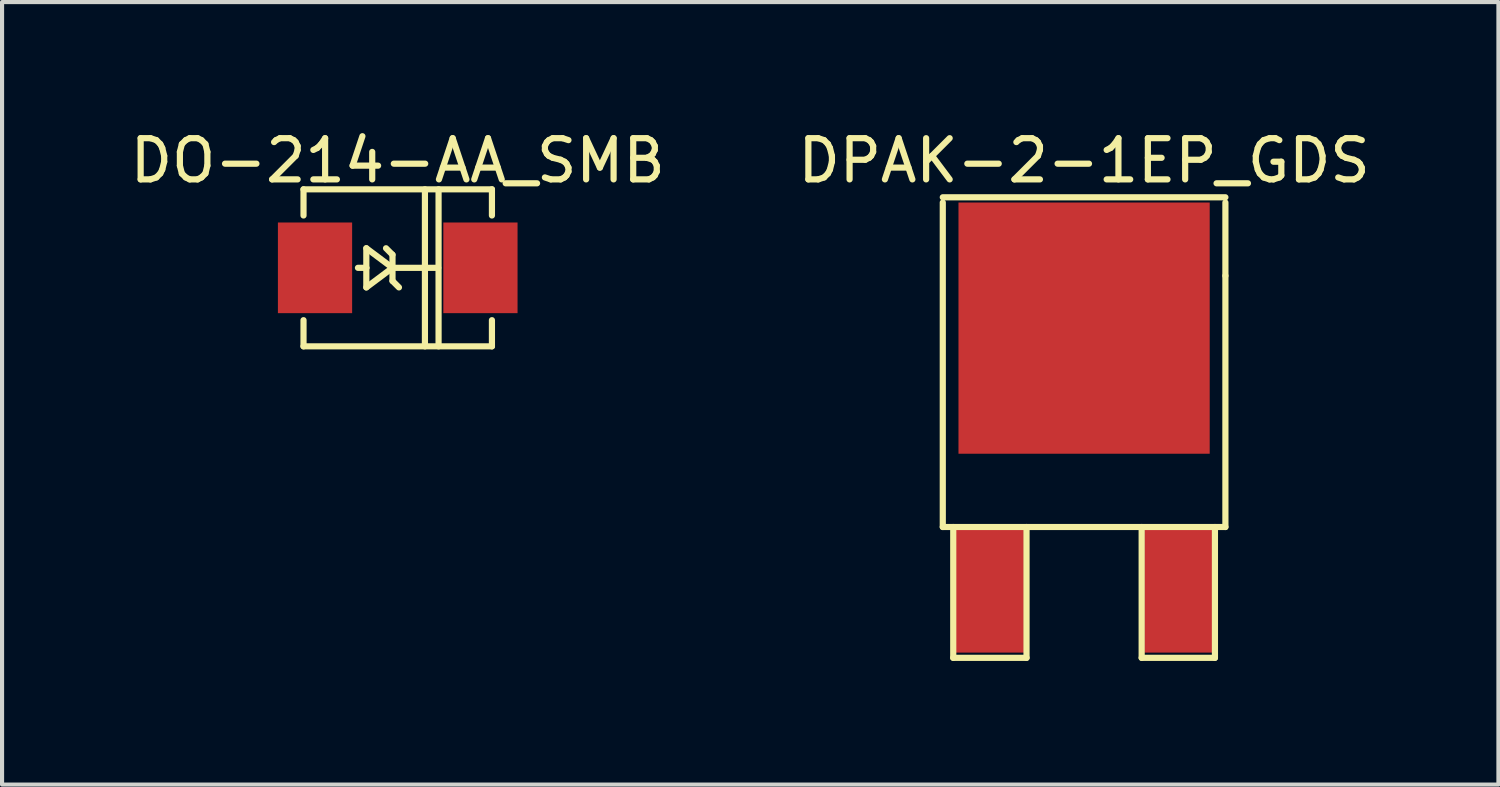
<source format=kicad_pcb>
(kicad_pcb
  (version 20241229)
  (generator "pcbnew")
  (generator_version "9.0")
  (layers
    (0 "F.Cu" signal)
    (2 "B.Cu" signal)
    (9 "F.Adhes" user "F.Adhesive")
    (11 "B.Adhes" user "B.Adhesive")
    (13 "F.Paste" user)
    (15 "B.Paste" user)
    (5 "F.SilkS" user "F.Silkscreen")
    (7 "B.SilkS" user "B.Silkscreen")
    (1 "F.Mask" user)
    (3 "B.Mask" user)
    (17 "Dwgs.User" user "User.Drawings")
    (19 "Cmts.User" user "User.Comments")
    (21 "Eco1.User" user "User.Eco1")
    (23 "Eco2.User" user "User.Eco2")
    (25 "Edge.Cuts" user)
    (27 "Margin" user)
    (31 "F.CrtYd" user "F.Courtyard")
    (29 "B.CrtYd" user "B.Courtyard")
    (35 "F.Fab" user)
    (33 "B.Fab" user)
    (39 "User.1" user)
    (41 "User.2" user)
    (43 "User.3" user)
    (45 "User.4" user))
  (footprint "DPAK-2-1EP_GDS"
    (layer "F.Cu")
    (at 23.256 11.262)
    (property "Reference" "DPAK-2-1EP_GDS" (at 0 -10.414 0) (layer "F.SilkS") (effects (font (size 1 1) (thickness 0.15))))
    (attr smd)
    (fp_line (start -3.429 -9.525) (end 3.429 -9.525) (stroke (width 0.15) (type solid)) (layer "F.SilkS"))
    (fp_line (start -3.429 -1.524) (end -3.429 -9.398) (stroke (width 0.15) (type solid)) (layer "F.SilkS"))
    (fp_line (start -3.175 -1.524) (end -3.175 1.651) (stroke (width 0.15) (type solid)) (layer "F.SilkS"))
    (fp_line (start -3.175 1.651) (end -1.397 1.651) (stroke (width 0.15) (type solid)) (layer "F.SilkS"))
    (fp_line (start -1.397 1.651) (end -1.397 -1.524) (stroke (width 0.15) (type solid)) (layer "F.SilkS"))
    (fp_line (start 1.397 -1.524) (end 1.397 1.651) (stroke (width 0.15) (type solid)) (layer "F.SilkS"))
    (fp_line (start 1.397 1.651) (end 3.175 1.651) (stroke (width 0.15) (type solid)) (layer "F.SilkS"))
    (fp_line (start 3.175 1.651) (end 3.175 -1.524) (stroke (width 0.15) (type solid)) (layer "F.SilkS"))
    (fp_line (start 3.429 -9.398) (end 3.429 -7.62) (stroke (width 0.15) (type solid)) (layer "F.SilkS"))
    (fp_line (start 3.429 -7.62) (end 3.429 -1.524) (stroke (width 0.15) (type solid)) (layer "F.SilkS"))
    (fp_line (start 3.429 -1.524) (end -3.429 -1.524) (stroke (width 0.15) (type solid)) (layer "F.SilkS"))
    (pad "D" smd rect (at 0 -6.35) (size 6.096 6.096) (layers "F.Cu" "F.Mask" "F.Paste"))
    (pad "G" smd rect (at -2.286 0) (size 1.651 3.048) (layers "F.Cu" "F.Mask" "F.Paste"))
    (pad "S" smd rect (at 2.286 0) (size 1.651 3.048) (layers "F.Cu" "F.Mask" "F.Paste")))
  (footprint "DO-214-AA_SMB"
    (layer "F.Cu")
    (at 6.601 3.449)
    (property "Reference" "DO-214-AA_SMB" (at 0 -2.601 0) (layer "F.SilkS") (effects (font (size 1 1) (thickness 0.15))))
    (attr smd)
    (fp_line (start -2.286 -1.905) (end 2.286 -1.905) (stroke (width 0.15) (type solid)) (layer "F.SilkS"))
    (fp_line (start -2.286 -1.27) (end -2.286 -1.905) (stroke (width 0.15) (type solid)) (layer "F.SilkS"))
    (fp_line (start -2.286 1.27) (end -2.286 1.905) (stroke (width 0.15) (type solid)) (layer "F.SilkS"))
    (fp_line (start -2.286 1.905) (end 2.286 1.905) (stroke (width 0.15) (type solid)) (layer "F.SilkS"))
    (fp_line (start -0.762 -0.475) (end -0.762 0) (stroke (width 0.15) (type solid)) (layer "F.SilkS"))
    (fp_line (start -0.762 0) (end -0.965 0) (stroke (width 0.15) (type solid)) (layer "F.SilkS"))
    (fp_line (start -0.762 0) (end -0.762 0.475) (stroke (width 0.15) (type solid)) (layer "F.SilkS"))
    (fp_line (start -0.762 0.475) (end -0.127 0) (stroke (width 0.15) (type solid)) (layer "F.SilkS"))
    (fp_line (start -0.127 -0.318) (end -0.284 -0.475) (stroke (width 0.15) (type solid)) (layer "F.SilkS"))
    (fp_line (start -0.127 0) (end -0.762 -0.475) (stroke (width 0.15) (type solid)) (layer "F.SilkS"))
    (fp_line (start -0.127 0) (end -0.127 -0.318) (stroke (width 0.15) (type solid)) (layer "F.SilkS"))
    (fp_line (start -0.127 0) (end -0.127 0.318) (stroke (width 0.15) (type solid)) (layer "F.SilkS"))
    (fp_line (start -0.127 0) (end 0.983 0) (stroke (width 0.15) (type solid)) (layer "F.SilkS"))
    (fp_line (start -0.127 0.318) (end 0.03 0.475) (stroke (width 0.15) (type solid)) (layer "F.SilkS"))
    (fp_line (start 0.66 1.905) (end 0.66 -1.905) (stroke (width 0.15) (type solid)) (layer "F.SilkS"))
    (fp_line (start 0.991 1.905) (end 0.991 -1.905) (stroke (width 0.15) (type solid)) (layer "F.SilkS"))
    (fp_line (start 2.286 -1.905) (end 2.286 -1.27) (stroke (width 0.15) (type solid)) (layer "F.SilkS"))
    (fp_line (start 2.286 1.905) (end 2.286 1.27) (stroke (width 0.15) (type solid)) (layer "F.SilkS"))
    (pad "1" smd rect (at -2.007 0) (size 1.801 2.2) (layers "F.Cu" "F.Mask" "F.Paste"))
    (pad "2" smd rect (at 2.007 0) (size 1.801 2.2) (layers "F.Cu" "F.Mask" "F.Paste")))
  (gr_rect
    (start -3 -3)
    (end 33.31 15.988)
    (stroke (width 0.1) (type default))
    (fill no)
    (layer "Edge.Cuts")))
</source>
